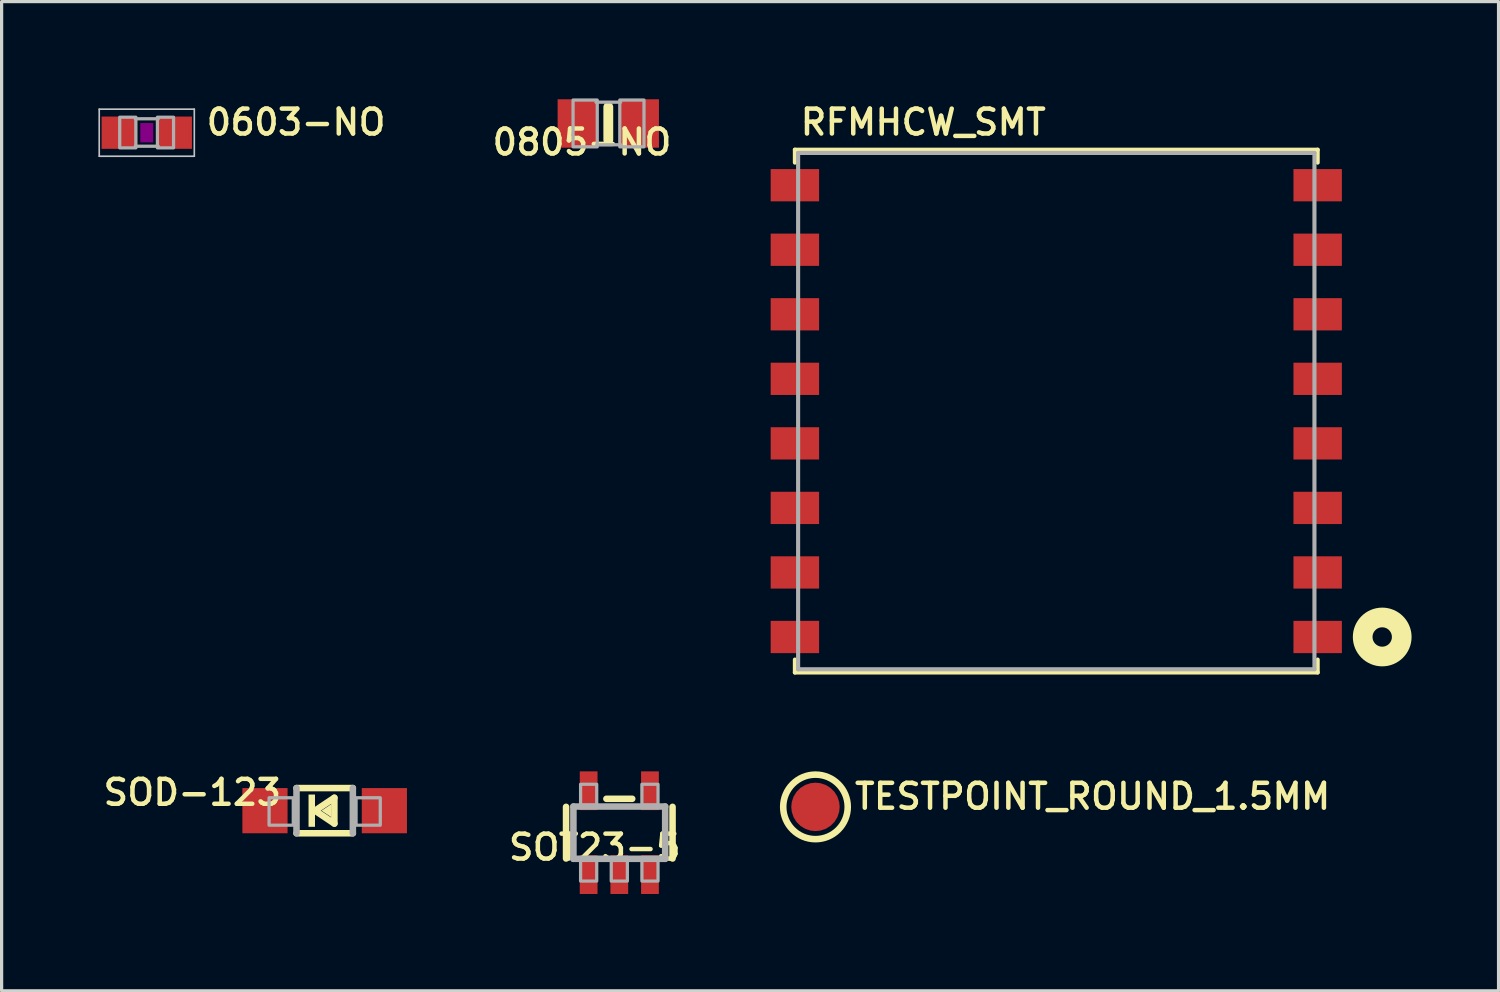
<source format=kicad_pcb>
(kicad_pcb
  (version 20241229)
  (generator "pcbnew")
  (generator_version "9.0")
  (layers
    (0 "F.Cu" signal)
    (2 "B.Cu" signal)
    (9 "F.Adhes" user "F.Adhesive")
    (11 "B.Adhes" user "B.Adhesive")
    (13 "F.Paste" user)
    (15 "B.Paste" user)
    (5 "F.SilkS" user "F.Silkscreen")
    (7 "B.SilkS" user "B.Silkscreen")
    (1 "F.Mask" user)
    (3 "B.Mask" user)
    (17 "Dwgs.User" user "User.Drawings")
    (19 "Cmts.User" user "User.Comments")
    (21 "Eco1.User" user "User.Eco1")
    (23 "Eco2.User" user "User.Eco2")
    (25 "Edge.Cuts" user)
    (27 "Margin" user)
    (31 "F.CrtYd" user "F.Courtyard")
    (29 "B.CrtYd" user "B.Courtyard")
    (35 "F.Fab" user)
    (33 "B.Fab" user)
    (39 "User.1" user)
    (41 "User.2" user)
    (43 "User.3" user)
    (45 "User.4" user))
  (footprint "TESTPOINT_ROUND_1.5MM"
    (layer "F.Cu")
    (at 22.22 21.954)
    (property "Reference" "TESTPOINT_ROUND_1.5MM" (at 1.143 0.127 180) (layer "F.SilkS") (effects (font (size 0.772 0.772) (thickness 0.139)) (justify left bottom)))
    (attr through_hole)
    (fp_circle (center 0 0) (end 1 0) (stroke (width 0.203) (type solid)) (fill no) (layer "F.SilkS"))
    (pad "P$1" smd roundrect (at 0 0) (size 1.5 1.5) (layers "F.Cu" "F.Mask") (roundrect_rratio 0.5)))
  (footprint "0805-NO"
    (layer "F.Cu")
    (at 15.8 0.776)
    (property "Reference" "0805-NO" (at 2.032 0.127 180) (layer "F.SilkS") (effects (font (size 0.772 0.772) (thickness 0.139)) (justify right top)))
    (attr through_hole)
    (fp_line (start 0 -0.508) (end 0 0.508) (stroke (width 0.305) (type solid)) (layer "F.SilkS"))
    (fp_line (start -0.381 -0.66) (end 0.381 -0.66) (stroke (width 0.102) (type solid)) (layer "F.Fab"))
    (fp_line (start -0.356 0.66) (end 0.381 0.66) (stroke (width 0.102) (type solid)) (layer "F.Fab"))
    (fp_poly (pts (xy -1.092 0.724) (xy -0.342 0.724) (xy -0.342 -0.726) (xy -1.092 -0.726)) (stroke (width 0.1) (type solid)) (fill no) (layer "F.Fab"))
    (fp_poly (pts (xy 0.356 0.724) (xy 1.106 0.724) (xy 1.106 -0.726) (xy 0.356 -0.726)) (stroke (width 0.1) (type solid)) (fill no) (layer "F.Fab"))
    (pad "1" smd rect (at -0.95 0) (size 1.24 1.5) (layers "F.Cu" "F.Mask" "F.Paste"))
    (pad "2" smd rect (at 0.95 0) (size 1.24 1.5) (layers "F.Cu" "F.Mask" "F.Paste")))
  (footprint "0603-NO"
    (layer "F.Cu")
    (at 1.498 1.062)
    (property "Reference" "0603-NO" (at 1.778 0.127 0) (layer "F.SilkS") (effects (font (size 0.772 0.772) (thickness 0.139)) (justify left bottom)))
    (attr through_hole)
    (fp_poly (pts (xy -0.2 0.3) (xy 0.2 0.3) (xy 0.2 -0.3) (xy -0.2 -0.3)) (stroke (width 0) (type solid)) (fill yes) (layer "F.Adhes"))
    (fp_line (start -1.473 -0.729) (end 1.473 -0.729) (stroke (width 0.051) (type solid)) (layer "Dwgs.User"))
    (fp_line (start -1.473 0.729) (end -1.473 -0.729) (stroke (width 0.051) (type solid)) (layer "Dwgs.User"))
    (fp_line (start 1.473 -0.729) (end 1.473 0.729) (stroke (width 0.051) (type solid)) (layer "Dwgs.User"))
    (fp_line (start 1.473 0.729) (end -1.473 0.729) (stroke (width 0.051) (type solid)) (layer "Dwgs.User"))
    (fp_line (start -0.356 -0.432) (end 0.356 -0.432) (stroke (width 0.102) (type solid)) (layer "F.Fab"))
    (fp_line (start -0.356 0.419) (end 0.356 0.419) (stroke (width 0.102) (type solid)) (layer "F.Fab"))
    (fp_poly (pts (xy -0.838 0.47) (xy -0.338 0.47) (xy -0.338 -0.48) (xy -0.838 -0.48)) (stroke (width 0.1) (type solid)) (fill no) (layer "F.Fab"))
    (fp_poly (pts (xy 0.33 0.47) (xy 0.83 0.47) (xy 0.83 -0.48) (xy 0.33 -0.48)) (stroke (width 0.1) (type solid)) (fill no) (layer "F.Fab"))
    (pad "1" smd rect (at -0.85 0) (size 1.1 1) (layers "F.Cu" "F.Mask" "F.Paste"))
    (pad "2" smd rect (at 0.85 0) (size 1.1 1) (layers "F.Cu" "F.Mask" "F.Paste")))
  (footprint "SOD-123"
    (layer "F.Cu")
    (at 7.011 22.071)
    (property "Reference" "SOD-123" (at -1.27 -1.016 180) (layer "F.SilkS") (effects (font (size 0.772 0.772) (thickness 0.139)) (justify right top)))
    (attr through_hole)
    (fp_line (start -0.873 -0.7) (end 0.873 -0.7) (stroke (width 0.203) (type solid)) (layer "F.SilkS"))
    (fp_line (start -0.3 0) (end 0.3 -0.4) (stroke (width 0.203) (type solid)) (layer "F.SilkS"))
    (fp_line (start 0.3 -0.4) (end 0.3 0.4) (stroke (width 0.203) (type solid)) (layer "F.SilkS"))
    (fp_line (start 0.3 0.4) (end -0.3 0) (stroke (width 0.203) (type solid)) (layer "F.SilkS"))
    (fp_line (start 0.873 0.7) (end -0.873 0.7) (stroke (width 0.203) (type solid)) (layer "F.SilkS"))
    (fp_poly (pts (xy -0.1 0) (xy 0.2 -0.2) (xy 0.2 0.2)) (stroke (width 0) (type solid)) (fill yes) (layer "F.SilkS"))
    (fp_poly (pts (xy -0.5 0.5) (xy -0.3 0.5) (xy -0.3 -0.5) (xy -0.5 -0.5)) (stroke (width 0) (type solid)) (fill yes) (layer "F.SilkS"))
    (fp_line (start -0.873 0.7) (end -0.873 -0.7) (stroke (width 0.203) (type solid)) (layer "F.Fab"))
    (fp_line (start 0.873 -0.7) (end 0.873 0.7) (stroke (width 0.203) (type solid)) (layer "F.Fab"))
    (fp_poly (pts (xy -1.723 0.45) (xy -0.973 0.45) (xy -0.973 -0.4) (xy -1.723 -0.4)) (stroke (width 0.1) (type solid)) (fill no) (layer "F.Fab"))
    (fp_poly (pts (xy 0.973 0.45) (xy 1.723 0.45) (xy 1.723 -0.4) (xy 0.973 -0.4)) (stroke (width 0.1) (type solid)) (fill no) (layer "F.Fab"))
    (pad "A" smd rect (at 1.85 0 90) (size 1.4 1.4) (layers "F.Cu" "F.Mask" "F.Paste"))
    (pad "C" smd rect (at -1.85 0 90) (size 1.4 1.4) (layers "F.Cu" "F.Mask" "F.Paste")))
  (footprint "SOT23-5"
    (layer "F.Cu")
    (at 16.141 22.753)
    (property "Reference" "SOT23-5" (at 1.978 0 180) (layer "F.SilkS") (effects (font (size 0.772 0.772) (thickness 0.139)) (justify right top)))
    (attr through_hole)
    (fp_line (start -1.65 -0.8) (end -1.65 0.8) (stroke (width 0.203) (type solid)) (layer "F.SilkS"))
    (fp_line (start -0.4 -1.05) (end 0.4 -1.05) (stroke (width 0.203) (type solid)) (layer "F.SilkS"))
    (fp_line (start 1.65 -0.8) (end 1.65 0.8) (stroke (width 0.203) (type solid)) (layer "F.SilkS"))
    (fp_line (start -1.422 -0.81) (end 1.422 -0.81) (stroke (width 0.203) (type solid)) (layer "F.Fab"))
    (fp_line (start -1.422 0.81) (end -1.422 -0.81) (stroke (width 0.203) (type solid)) (layer "F.Fab"))
    (fp_line (start 1.422 -0.81) (end 1.422 0.81) (stroke (width 0.203) (type solid)) (layer "F.Fab"))
    (fp_line (start 1.422 0.81) (end -1.422 0.81) (stroke (width 0.203) (type solid)) (layer "F.Fab"))
    (fp_poly (pts (xy -1.2 -0.85) (xy -0.7 -0.85) (xy -0.7 -1.5) (xy -1.2 -1.5)) (stroke (width 0.1) (type solid)) (fill no) (layer "F.Fab"))
    (fp_poly (pts (xy -1.2 1.5) (xy -0.7 1.5) (xy -0.7 0.85) (xy -1.2 0.85)) (stroke (width 0.1) (type solid)) (fill no) (layer "F.Fab"))
    (fp_poly (pts (xy -0.25 1.5) (xy 0.25 1.5) (xy 0.25 0.85) (xy -0.25 0.85)) (stroke (width 0.1) (type solid)) (fill no) (layer "F.Fab"))
    (fp_poly (pts (xy 0.7 -0.85) (xy 1.2 -0.85) (xy 1.2 -1.5) (xy 0.7 -1.5)) (stroke (width 0.1) (type solid)) (fill no) (layer "F.Fab"))
    (fp_poly (pts (xy 0.7 1.5) (xy 1.2 1.5) (xy 1.2 0.85) (xy 0.7 0.85)) (stroke (width 0.1) (type solid)) (fill no) (layer "F.Fab"))
    (pad "1" smd rect (at -0.95 1.3) (size 0.55 1.2) (layers "F.Cu" "F.Mask" "F.Paste"))
    (pad "2" smd rect (at 0 1.3) (size 0.55 1.2) (layers "F.Cu" "F.Mask" "F.Paste"))
    (pad "3" smd rect (at 0.95 1.3) (size 0.55 1.2) (layers "F.Cu" "F.Mask" "F.Paste"))
    (pad "4" smd rect (at 0.95 -1.3) (size 0.55 1.2) (layers "F.Cu" "F.Mask" "F.Paste"))
    (pad "5" smd rect (at -0.95 -1.3) (size 0.55 1.2) (layers "F.Cu" "F.Mask" "F.Paste")))
  (footprint "RFMHCW_SMT"
    (layer "F.Cu")
    (at 29.682 9.689)
    (property "Reference" "RFMHCW_SMT" (at -8 -8.5 0) (layer "F.SilkS") (effects (font (size 0.772 0.772) (thickness 0.139)) (justify left bottom)))
    (attr through_hole)
    (fp_line (start -8.1 -8.1) (end 8.1 -8.1) (stroke (width 0.127) (type solid)) (layer "F.SilkS"))
    (fp_line (start -8.1 -7.7) (end -8.1 -8.1) (stroke (width 0.127) (type solid)) (layer "F.SilkS"))
    (fp_line (start -8.1 7.7) (end -8.1 8.1) (stroke (width 0.127) (type solid)) (layer "F.SilkS"))
    (fp_line (start -8.1 8.1) (end 8.1 8.1) (stroke (width 0.127) (type solid)) (layer "F.SilkS"))
    (fp_line (start 8.1 -8.1) (end 8.1 -7.7) (stroke (width 0.127) (type solid)) (layer "F.SilkS"))
    (fp_line (start 8.1 8.1) (end 8.1 7.7) (stroke (width 0.127) (type solid)) (layer "F.SilkS"))
    (fp_circle (center 10.1 7) (end 10.4 7) (stroke (width 0.61) (type solid)) (fill no) (layer "F.SilkS"))
    (fp_line (start -8 -8) (end 8 -8) (stroke (width 0.127) (type solid)) (layer "F.Fab"))
    (fp_line (start -8 8) (end -8 -8) (stroke (width 0.127) (type solid)) (layer "F.Fab"))
    (fp_line (start 8 -8) (end 8 8) (stroke (width 0.127) (type solid)) (layer "F.Fab"))
    (fp_line (start 8 8) (end -8 8) (stroke (width 0.127) (type solid)) (layer "F.Fab"))
    (pad "1P" smd rect (at 8.1 7 180) (size 1.5 1) (layers "F.Cu" "F.Mask" "F.Paste"))
    (pad "2P" smd rect (at 8.1 5 180) (size 1.5 1) (layers "F.Cu" "F.Mask" "F.Paste"))
    (pad "3P" smd rect (at 8.1 3 180) (size 1.5 1) (layers "F.Cu" "F.Mask" "F.Paste"))
    (pad "4P" smd rect (at 8.1 1 180) (size 1.5 1) (layers "F.Cu" "F.Mask" "F.Paste"))
    (pad "5P" smd rect (at 8.1 -1 180) (size 1.5 1) (layers "F.Cu" "F.Mask" "F.Paste"))
    (pad "6P" smd rect (at 8.1 -3 180) (size 1.5 1) (layers "F.Cu" "F.Mask" "F.Paste"))
    (pad "7P" smd rect (at 8.1 -5 180) (size 1.5 1) (layers "F.Cu" "F.Mask" "F.Paste"))
    (pad "8P" smd rect (at 8.1 -7 180) (size 1.5 1) (layers "F.Cu" "F.Mask" "F.Paste"))
    (pad "9P" smd rect (at -8.1 -7) (size 1.5 1) (layers "F.Cu" "F.Mask" "F.Paste"))
    (pad "10P" smd rect (at -8.1 -5) (size 1.5 1) (layers "F.Cu" "F.Mask" "F.Paste"))
    (pad "11P" smd rect (at -8.1 -3) (size 1.5 1) (layers "F.Cu" "F.Mask" "F.Paste"))
    (pad "12P" smd rect (at -8.1 -1) (size 1.5 1) (layers "F.Cu" "F.Mask" "F.Paste"))
    (pad "13P" smd rect (at -8.1 1) (size 1.5 1) (layers "F.Cu" "F.Mask" "F.Paste"))
    (pad "14P" smd rect (at -8.1 3) (size 1.5 1) (layers "F.Cu" "F.Mask" "F.Paste"))
    (pad "15P" smd rect (at -8.1 5) (size 1.5 1) (layers "F.Cu" "F.Mask" "F.Paste"))
    (pad "16P" smd rect (at -8.1 7) (size 1.5 1) (layers "F.Cu" "F.Mask" "F.Paste")))
  (gr_rect
    (start -3 -3)
    (end 43.387 27.653)
    (stroke (width 0.1) (type default))
    (fill no)
    (layer "Edge.Cuts")))
</source>
